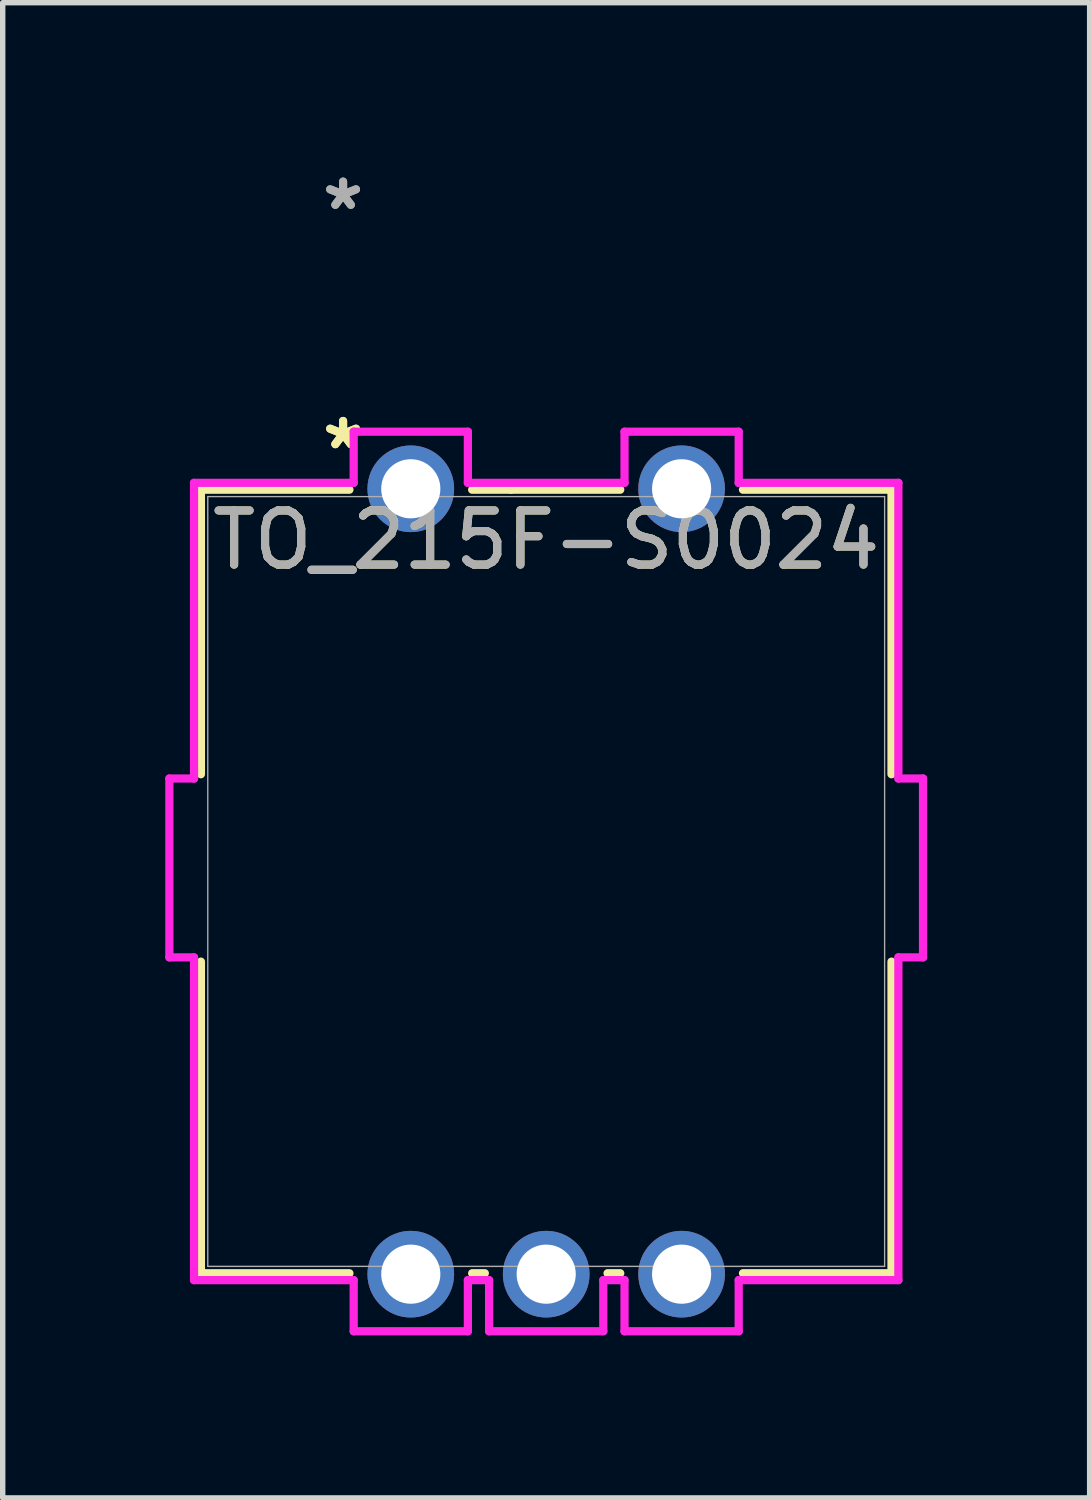
<source format=kicad_pcb>
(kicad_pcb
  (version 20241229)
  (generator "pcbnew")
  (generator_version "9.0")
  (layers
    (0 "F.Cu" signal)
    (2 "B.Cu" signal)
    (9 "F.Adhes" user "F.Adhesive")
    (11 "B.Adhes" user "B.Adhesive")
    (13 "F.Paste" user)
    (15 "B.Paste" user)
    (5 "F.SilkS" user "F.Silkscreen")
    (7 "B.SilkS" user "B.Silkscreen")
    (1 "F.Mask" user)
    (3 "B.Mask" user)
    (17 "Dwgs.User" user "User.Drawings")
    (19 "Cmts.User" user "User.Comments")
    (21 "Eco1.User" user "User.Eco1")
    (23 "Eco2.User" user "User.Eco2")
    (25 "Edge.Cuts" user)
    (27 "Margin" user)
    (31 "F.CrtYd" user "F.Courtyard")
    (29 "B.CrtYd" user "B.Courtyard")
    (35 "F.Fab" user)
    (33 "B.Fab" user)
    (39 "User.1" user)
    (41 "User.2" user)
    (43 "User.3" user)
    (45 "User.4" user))
  (footprint "TO_215F-S0024"
    (layer "F.Cu")
    (at 4.534 5.974)
    (property "Reference" "TO_215F-S0024" (at 2.5 0.945 0) (unlocked yes) (layer "F.SilkS") (effects (font (size 1 1) (thickness 0.15))))
    (attr through_hole)
    (fp_line (start -3.875 0.017) (end -3.875 5.27) (stroke (width 0.152) (type solid)) (layer "F.SilkS"))
    (fp_line (start -3.875 8.73) (end -3.875 14.483) (stroke (width 0.152) (type solid)) (layer "F.SilkS"))
    (fp_line (start -3.875 14.483) (end -1.133 14.483) (stroke (width 0.152) (type solid)) (layer "F.SilkS"))
    (fp_line (start -1.133 0.017) (end -3.875 0.017) (stroke (width 0.152) (type solid)) (layer "F.SilkS"))
    (fp_line (start 1.133 14.483) (end 1.367 14.483) (stroke (width 0.152) (type solid)) (layer "F.SilkS"))
    (fp_line (start 1.849 0.017) (end 1.133 0.017) (stroke (width 0.152) (type solid)) (layer "F.SilkS"))
    (fp_line (start 3.633 14.483) (end 3.867 14.483) (stroke (width 0.152) (type solid)) (layer "F.SilkS"))
    (fp_line (start 3.867 0.017) (end 1.849 0.017) (stroke (width 0.152) (type solid)) (layer "F.SilkS"))
    (fp_line (start 6.133 14.483) (end 8.875 14.483) (stroke (width 0.152) (type solid)) (layer "F.SilkS"))
    (fp_line (start 8.875 0.017) (end 6.133 0.017) (stroke (width 0.152) (type solid)) (layer "F.SilkS"))
    (fp_line (start 8.875 5.27) (end 8.875 0.017) (stroke (width 0.152) (type solid)) (layer "F.SilkS"))
    (fp_line (start 8.875 14.483) (end 8.875 8.73) (stroke (width 0.152) (type solid)) (layer "F.SilkS"))
    (fp_line (start -4.457 5.349) (end -4.457 8.651) (stroke (width 0.152) (type solid)) (layer "F.CrtYd"))
    (fp_line (start -4.457 8.651) (end -4.002 8.651) (stroke (width 0.152) (type solid)) (layer "F.CrtYd"))
    (fp_line (start -4.002 -0.11) (end -4.002 5.349) (stroke (width 0.152) (type solid)) (layer "F.CrtYd"))
    (fp_line (start -4.002 5.349) (end -4.457 5.349) (stroke (width 0.152) (type solid)) (layer "F.CrtYd"))
    (fp_line (start -4.002 8.651) (end -4.002 14.61) (stroke (width 0.152) (type solid)) (layer "F.CrtYd"))
    (fp_line (start -4.002 14.61) (end -1.054 14.61) (stroke (width 0.152) (type solid)) (layer "F.CrtYd"))
    (fp_line (start -1.054 -1.054) (end -1.054 -0.11) (stroke (width 0.152) (type solid)) (layer "F.CrtYd"))
    (fp_line (start -1.054 -0.11) (end -4.002 -0.11) (stroke (width 0.152) (type solid)) (layer "F.CrtYd"))
    (fp_line (start -1.054 14.61) (end -1.054 15.554) (stroke (width 0.152) (type solid)) (layer "F.CrtYd"))
    (fp_line (start -1.054 15.554) (end 1.054 15.554) (stroke (width 0.152) (type solid)) (layer "F.CrtYd"))
    (fp_line (start 1.054 -1.054) (end -1.054 -1.054) (stroke (width 0.152) (type solid)) (layer "F.CrtYd"))
    (fp_line (start 1.054 -0.11) (end 1.054 -1.054) (stroke (width 0.152) (type solid)) (layer "F.CrtYd"))
    (fp_line (start 1.054 14.61) (end 1.446 14.61) (stroke (width 0.152) (type solid)) (layer "F.CrtYd"))
    (fp_line (start 1.054 15.554) (end 1.054 14.61) (stroke (width 0.152) (type solid)) (layer "F.CrtYd"))
    (fp_line (start 1.446 14.61) (end 1.446 15.554) (stroke (width 0.152) (type solid)) (layer "F.CrtYd"))
    (fp_line (start 1.446 15.554) (end 3.554 15.554) (stroke (width 0.152) (type solid)) (layer "F.CrtYd"))
    (fp_line (start 3.554 14.61) (end 3.946 14.61) (stroke (width 0.152) (type solid)) (layer "F.CrtYd"))
    (fp_line (start 3.554 15.554) (end 3.554 14.61) (stroke (width 0.152) (type solid)) (layer "F.CrtYd"))
    (fp_line (start 3.946 -1.054) (end 3.946 -0.11) (stroke (width 0.152) (type solid)) (layer "F.CrtYd"))
    (fp_line (start 3.946 -0.11) (end 1.054 -0.11) (stroke (width 0.152) (type solid)) (layer "F.CrtYd"))
    (fp_line (start 3.946 14.61) (end 3.946 15.554) (stroke (width 0.152) (type solid)) (layer "F.CrtYd"))
    (fp_line (start 3.946 15.554) (end 6.054 15.554) (stroke (width 0.152) (type solid)) (layer "F.CrtYd"))
    (fp_line (start 6.054 -1.054) (end 3.946 -1.054) (stroke (width 0.152) (type solid)) (layer "F.CrtYd"))
    (fp_line (start 6.054 -0.11) (end 6.054 -1.054) (stroke (width 0.152) (type solid)) (layer "F.CrtYd"))
    (fp_line (start 6.054 14.61) (end 9.002 14.61) (stroke (width 0.152) (type solid)) (layer "F.CrtYd"))
    (fp_line (start 6.054 15.554) (end 6.054 14.61) (stroke (width 0.152) (type solid)) (layer "F.CrtYd"))
    (fp_line (start 9.002 -0.11) (end 6.054 -0.11) (stroke (width 0.152) (type solid)) (layer "F.CrtYd"))
    (fp_line (start 9.002 5.349) (end 9.002 -0.11) (stroke (width 0.152) (type solid)) (layer "F.CrtYd"))
    (fp_line (start 9.002 8.651) (end 9.457 8.651) (stroke (width 0.152) (type solid)) (layer "F.CrtYd"))
    (fp_line (start 9.002 14.61) (end 9.002 8.651) (stroke (width 0.152) (type solid)) (layer "F.CrtYd"))
    (fp_line (start 9.457 5.349) (end 9.002 5.349) (stroke (width 0.152) (type solid)) (layer "F.CrtYd"))
    (fp_line (start 9.457 8.651) (end 9.457 5.349) (stroke (width 0.152) (type solid)) (layer "F.CrtYd"))
    (fp_line (start -3.748 0.144) (end -3.748 14.356) (stroke (width 0.025) (type solid)) (layer "F.Fab"))
    (fp_line (start -3.748 14.356) (end 8.748 14.356) (stroke (width 0.025) (type solid)) (layer "F.Fab"))
    (fp_line (start 8.748 0.144) (end -3.748 0.144) (stroke (width 0.025) (type solid)) (layer "F.Fab"))
    (fp_line (start 8.748 14.356) (end 8.748 0.144) (stroke (width 0.025) (type solid)) (layer "F.Fab"))
    (fp_text user "*" (at -1.25 -0.707 0) (layer "F.SilkS") (effects (font (size 1 1) (thickness 0.15))))
    (fp_text user "*" (at -1.25 -0.707 0) (unlocked yes) (layer "F.SilkS") (effects (font (size 1 1) (thickness 0.15))))
    (fp_text user "*" (at -1.25 -5.126 0) (unlocked yes) (layer "F.Fab") (effects (font (size 1 1) (thickness 0.15))))
    (fp_text user "*" (at -1.25 -5.126 0) (layer "F.Fab") (effects (font (size 1 1) (thickness 0.15))))
    (fp_text user "${REFERENCE}" (at 2.5 0.945 0) (unlocked yes) (layer "F.Fab") (effects (font (size 1 1) (thickness 0.15))))
    (pad "1" thru_hole circle (at 0 0) (size 1.6 1.6) (drill 1.092) (layers "*.Cu" "*.Mask"))
    (pad "2" thru_hole circle (at 5 0) (size 1.6 1.6) (drill 1.092) (layers "*.Cu" "*.Mask"))
    (pad "A" thru_hole circle (at 0 14.5) (size 1.6 1.6) (drill 1.092) (layers "*.Cu" "*.Mask"))
    (pad "B" thru_hole circle (at 2.5 14.5) (size 1.6 1.6) (drill 1.092) (layers "*.Cu" "*.Mask"))
    (pad "C" thru_hole circle (at 5 14.5) (size 1.6 1.6) (drill 1.092) (layers "*.Cu" "*.Mask")))
  (gr_rect
    (start -3 -3)
    (end 17.067 24.605)
    (stroke (width 0.1) (type default))
    (fill no)
    (layer "Edge.Cuts")))
</source>
